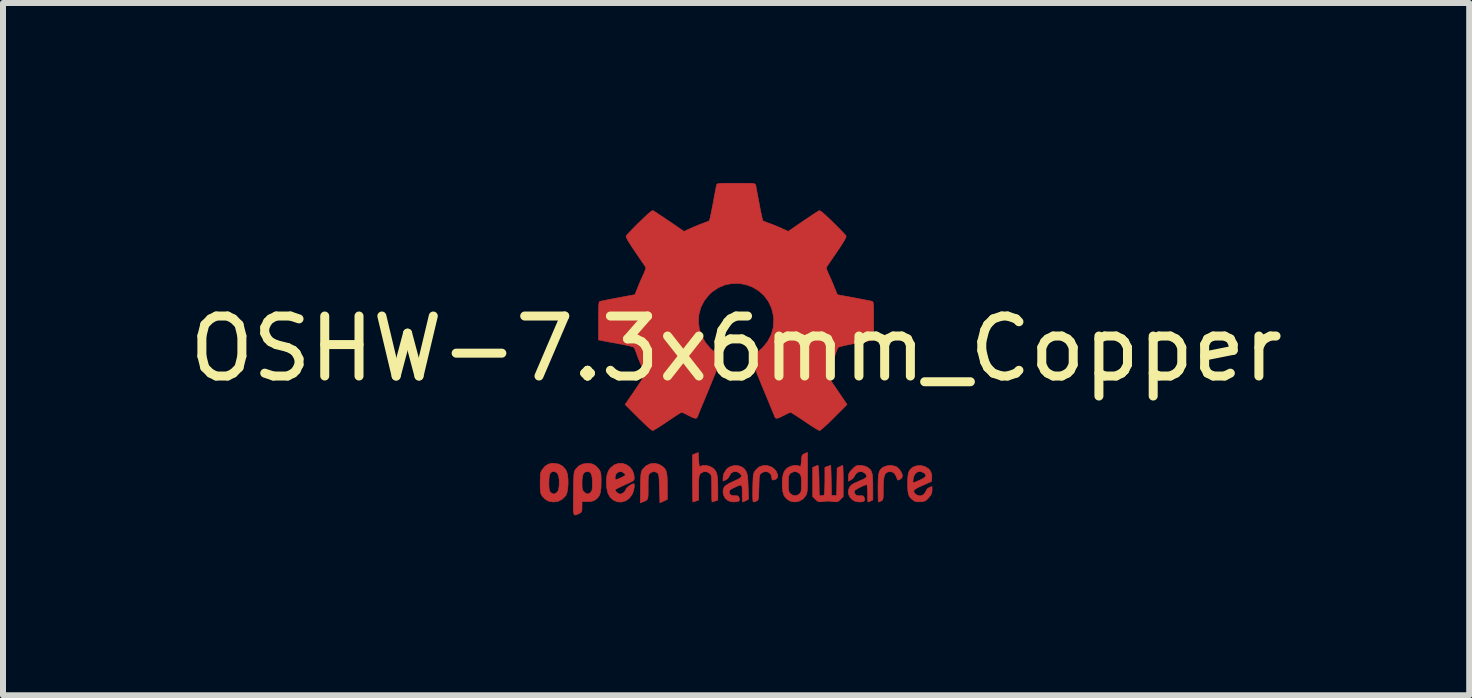
<source format=kicad_pcb>
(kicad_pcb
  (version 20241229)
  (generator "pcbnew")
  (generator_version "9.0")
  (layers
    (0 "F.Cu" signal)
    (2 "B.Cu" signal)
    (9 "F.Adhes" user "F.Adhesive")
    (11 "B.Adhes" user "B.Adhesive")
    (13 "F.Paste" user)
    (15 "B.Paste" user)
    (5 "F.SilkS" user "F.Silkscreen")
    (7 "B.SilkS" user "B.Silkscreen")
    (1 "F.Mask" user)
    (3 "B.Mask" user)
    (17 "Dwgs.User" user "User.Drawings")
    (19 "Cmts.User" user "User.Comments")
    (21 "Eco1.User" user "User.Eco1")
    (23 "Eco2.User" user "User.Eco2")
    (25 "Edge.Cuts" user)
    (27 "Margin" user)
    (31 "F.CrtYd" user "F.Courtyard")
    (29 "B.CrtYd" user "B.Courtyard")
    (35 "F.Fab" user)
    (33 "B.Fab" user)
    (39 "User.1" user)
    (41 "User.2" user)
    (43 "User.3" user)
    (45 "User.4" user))
  (footprint "OSHW-7.3x6mm_Copper"
    (layer "F.Cu")
    (at 9.22 2.763)
    (property "Reference" "OSHW-7.3x6mm_Copper" (at 0 0 0) (layer "F.SilkS") (effects (font (size 1 1) (thickness 0.15))))
    (attr exclude_from_pos_files exclude_from_bom)
    (fp_poly (pts (xy 2.653 1.959) (xy 2.67 1.966) (xy 2.711 1.999) (xy 2.747 2.047) (xy 2.769 2.097) (xy 2.772 2.122) (xy 2.76 2.157) (xy 2.734 2.175) (xy 2.706 2.187) (xy 2.693 2.189) (xy 2.687 2.174) (xy 2.674 2.141) (xy 2.669 2.127) (xy 2.639 2.076) (xy 2.595 2.05) (xy 2.538 2.051) (xy 2.534 2.052) (xy 2.504 2.067) (xy 2.481 2.094) (xy 2.466 2.139) (xy 2.457 2.205) (xy 2.453 2.294) (xy 2.453 2.341) (xy 2.453 2.416) (xy 2.452 2.467) (xy 2.448 2.499) (xy 2.442 2.518) (xy 2.432 2.529) (xy 2.417 2.537) (xy 2.416 2.538) (xy 2.387 2.55) (xy 2.372 2.555) (xy 2.37 2.541) (xy 2.368 2.503) (xy 2.367 2.446) (xy 2.366 2.374) (xy 2.366 2.322) (xy 2.367 2.22) (xy 2.37 2.143) (xy 2.377 2.086) (xy 2.389 2.045) (xy 2.407 2.014) (xy 2.432 1.99) (xy 2.457 1.973) (xy 2.517 1.951) (xy 2.587 1.946) (xy 2.653 1.959)) (stroke (width 0.01) (type solid)) (fill yes) (layer "F.Cu"))
    (fp_poly (pts (xy -1.284 1.928) (xy -1.237 1.955) (xy -1.205 1.981) (xy -1.181 2.009) (xy -1.165 2.044) (xy -1.155 2.089) (xy -1.149 2.151) (xy -1.147 2.234) (xy -1.147 2.293) (xy -1.147 2.512) (xy -1.208 2.54) (xy -1.27 2.568) (xy -1.277 2.328) (xy -1.28 2.238) (xy -1.283 2.173) (xy -1.287 2.128) (xy -1.293 2.099) (xy -1.3 2.081) (xy -1.31 2.07) (xy -1.313 2.067) (xy -1.36 2.048) (xy -1.408 2.056) (xy -1.437 2.076) (xy -1.449 2.09) (xy -1.457 2.108) (xy -1.462 2.136) (xy -1.465 2.179) (xy -1.466 2.242) (xy -1.466 2.307) (xy -1.466 2.389) (xy -1.467 2.447) (xy -1.472 2.486) (xy -1.482 2.512) (xy -1.499 2.528) (xy -1.525 2.541) (xy -1.56 2.554) (xy -1.598 2.569) (xy -1.594 2.311) (xy -1.592 2.219) (xy -1.59 2.15) (xy -1.587 2.101) (xy -1.582 2.066) (xy -1.575 2.042) (xy -1.566 2.022) (xy -1.554 2.005) (xy -1.499 1.95) (xy -1.431 1.918) (xy -1.357 1.91) (xy -1.284 1.928)) (stroke (width 0.01) (type solid)) (fill yes) (layer "F.Cu"))
    (fp_poly (pts (xy 0.53 1.95) (xy 0.596 1.974) (xy 0.649 2.017) (xy 0.67 2.047) (xy 0.693 2.103) (xy 0.692 2.143) (xy 0.669 2.17) (xy 0.66 2.175) (xy 0.622 2.189) (xy 0.602 2.185) (xy 0.595 2.161) (xy 0.595 2.148) (xy 0.583 2.099) (xy 0.551 2.065) (xy 0.508 2.048) (xy 0.459 2.053) (xy 0.419 2.074) (xy 0.405 2.087) (xy 0.396 2.101) (xy 0.389 2.124) (xy 0.385 2.159) (xy 0.383 2.212) (xy 0.381 2.288) (xy 0.38 2.312) (xy 0.378 2.394) (xy 0.376 2.451) (xy 0.372 2.49) (xy 0.367 2.513) (xy 0.359 2.526) (xy 0.347 2.535) (xy 0.339 2.538) (xy 0.307 2.55) (xy 0.288 2.555) (xy 0.282 2.541) (xy 0.278 2.5) (xy 0.277 2.431) (xy 0.278 2.334) (xy 0.278 2.319) (xy 0.28 2.23) (xy 0.283 2.165) (xy 0.286 2.119) (xy 0.292 2.087) (xy 0.3 2.064) (xy 0.311 2.044) (xy 0.317 2.035) (xy 0.35 1.998) (xy 0.388 1.969) (xy 0.392 1.966) (xy 0.459 1.946) (xy 0.53 1.95)) (stroke (width 0.01) (type solid)) (fill yes) (layer "F.Cu"))
    (fp_poly (pts (xy -0.624 1.851) (xy -0.62 1.911) (xy -0.615 1.946) (xy -0.608 1.961) (xy -0.598 1.961) (xy -0.595 1.959) (xy -0.552 1.946) (xy -0.497 1.947) (xy -0.44 1.96) (xy -0.405 1.978) (xy -0.369 2.006) (xy -0.342 2.038) (xy -0.324 2.078) (xy -0.313 2.132) (xy -0.307 2.204) (xy -0.305 2.299) (xy -0.305 2.317) (xy -0.305 2.523) (xy -0.351 2.539) (xy -0.383 2.549) (xy -0.401 2.554) (xy -0.401 2.555) (xy -0.403 2.541) (xy -0.405 2.503) (xy -0.406 2.446) (xy -0.406 2.375) (xy -0.406 2.332) (xy -0.407 2.247) (xy -0.408 2.186) (xy -0.41 2.144) (xy -0.415 2.117) (xy -0.422 2.098) (xy -0.433 2.085) (xy -0.44 2.078) (xy -0.487 2.051) (xy -0.538 2.049) (xy -0.584 2.072) (xy -0.593 2.08) (xy -0.605 2.095) (xy -0.614 2.114) (xy -0.619 2.14) (xy -0.622 2.18) (xy -0.624 2.238) (xy -0.624 2.318) (xy -0.624 2.523) (xy -0.67 2.539) (xy -0.702 2.549) (xy -0.72 2.554) (xy -0.721 2.555) (xy -0.722 2.541) (xy -0.723 2.501) (xy -0.724 2.441) (xy -0.725 2.362) (xy -0.726 2.269) (xy -0.726 2.167) (xy -0.726 1.769) (xy -0.679 1.749) (xy -0.631 1.73) (xy -0.624 1.851)) (stroke (width 0.01) (type solid)) (fill yes) (layer "F.Cu"))
    (fp_poly (pts (xy 1.78 1.959) (xy 1.782 1.997) (xy 1.784 2.055) (xy 1.785 2.128) (xy 1.785 2.205) (xy 1.785 2.465) (xy 1.739 2.511) (xy 1.708 2.539) (xy 1.68 2.551) (xy 1.642 2.55) (xy 1.627 2.548) (xy 1.58 2.543) (xy 1.541 2.54) (xy 1.531 2.54) (xy 1.499 2.541) (xy 1.453 2.546) (xy 1.436 2.548) (xy 1.392 2.552) (xy 1.363 2.544) (xy 1.334 2.521) (xy 1.323 2.511) (xy 1.277 2.465) (xy 1.277 1.979) (xy 1.314 1.962) (xy 1.346 1.949) (xy 1.365 1.945) (xy 1.369 1.959) (xy 1.374 1.997) (xy 1.378 2.056) (xy 1.381 2.132) (xy 1.382 2.195) (xy 1.386 2.446) (xy 1.421 2.451) (xy 1.452 2.447) (xy 1.468 2.436) (xy 1.472 2.415) (xy 1.476 2.371) (xy 1.478 2.309) (xy 1.48 2.235) (xy 1.48 2.197) (xy 1.48 1.977) (xy 1.526 1.961) (xy 1.559 1.95) (xy 1.576 1.945) (xy 1.577 1.945) (xy 1.578 1.959) (xy 1.58 1.997) (xy 1.582 2.054) (xy 1.584 2.127) (xy 1.585 2.195) (xy 1.589 2.446) (xy 1.676 2.446) (xy 1.68 2.217) (xy 1.684 1.989) (xy 1.727 1.967) (xy 1.758 1.952) (xy 1.777 1.945) (xy 1.777 1.945) (xy 1.78 1.959)) (stroke (width 0.01) (type solid)) (fill yes) (layer "F.Cu"))
    (fp_poly (pts (xy -2.959 1.922) (xy -2.891 1.958) (xy -2.841 2.015) (xy -2.823 2.052) (xy -2.809 2.108) (xy -2.802 2.178) (xy -2.801 2.255) (xy -2.807 2.33) (xy -2.818 2.394) (xy -2.834 2.441) (xy -2.839 2.449) (xy -2.9 2.509) (xy -2.971 2.545) (xy -3.049 2.555) (xy -3.127 2.539) (xy -3.149 2.529) (xy -3.192 2.499) (xy -3.229 2.459) (xy -3.233 2.454) (xy -3.247 2.43) (xy -3.257 2.404) (xy -3.262 2.37) (xy -3.265 2.321) (xy -3.266 2.251) (xy -3.266 2.235) (xy -3.266 2.23) (xy -3.121 2.23) (xy -3.12 2.296) (xy -3.116 2.34) (xy -3.109 2.369) (xy -3.098 2.388) (xy -3.092 2.395) (xy -3.057 2.42) (xy -3.023 2.419) (xy -2.989 2.397) (xy -2.969 2.374) (xy -2.957 2.34) (xy -2.95 2.288) (xy -2.949 2.281) (xy -2.948 2.186) (xy -2.96 2.114) (xy -2.985 2.068) (xy -3.023 2.048) (xy -3.037 2.047) (xy -3.073 2.052) (xy -3.097 2.072) (xy -3.112 2.109) (xy -3.119 2.168) (xy -3.121 2.23) (xy -3.266 2.23) (xy -3.265 2.16) (xy -3.263 2.108) (xy -3.258 2.072) (xy -3.249 2.045) (xy -3.236 2.022) (xy -3.233 2.017) (xy -3.184 1.958) (xy -3.13 1.924) (xy -3.064 1.91) (xy -3.042 1.91) (xy -2.959 1.922)) (stroke (width 0.01) (type solid)) (fill yes) (layer "F.Cu"))
    (fp_poly (pts (xy 3.154 1.967) (xy 3.211 2.004) (xy 3.239 2.038) (xy 3.261 2.099) (xy 3.262 2.147) (xy 3.258 2.212) (xy 3.11 2.277) (xy 3.037 2.31) (xy 2.99 2.337) (xy 2.966 2.36) (xy 2.961 2.383) (xy 2.975 2.407) (xy 2.99 2.424) (xy 3.034 2.45) (xy 3.081 2.452) (xy 3.125 2.432) (xy 3.157 2.391) (xy 3.163 2.376) (xy 3.191 2.331) (xy 3.222 2.312) (xy 3.266 2.296) (xy 3.266 2.358) (xy 3.262 2.4) (xy 3.247 2.436) (xy 3.215 2.477) (xy 3.211 2.482) (xy 3.176 2.519) (xy 3.145 2.538) (xy 3.108 2.547) (xy 3.076 2.55) (xy 3.02 2.551) (xy 2.981 2.542) (xy 2.956 2.528) (xy 2.917 2.497) (xy 2.89 2.465) (xy 2.873 2.423) (xy 2.863 2.368) (xy 2.86 2.291) (xy 2.859 2.253) (xy 2.86 2.206) (xy 2.948 2.206) (xy 2.949 2.231) (xy 2.952 2.235) (xy 2.968 2.23) (xy 3.004 2.215) (xy 3.052 2.194) (xy 3.062 2.19) (xy 3.123 2.159) (xy 3.157 2.132) (xy 3.164 2.106) (xy 3.146 2.08) (xy 3.132 2.069) (xy 3.079 2.046) (xy 3.03 2.05) (xy 2.989 2.078) (xy 2.961 2.127) (xy 2.952 2.166) (xy 2.948 2.206) (xy 2.86 2.206) (xy 2.861 2.162) (xy 2.868 2.095) (xy 2.882 2.047) (xy 2.904 2.011) (xy 2.937 1.983) (xy 2.951 1.973) (xy 3.015 1.95) (xy 3.085 1.948) (xy 3.154 1.967)) (stroke (width 0.01) (type solid)) (fill yes) (layer "F.Cu"))
    (fp_poly (pts (xy 1.19 2.065) (xy 1.19 2.174) (xy 1.189 2.257) (xy 1.188 2.32) (xy 1.185 2.365) (xy 1.181 2.397) (xy 1.175 2.421) (xy 1.167 2.439) (xy 1.161 2.449) (xy 1.112 2.506) (xy 1.049 2.541) (xy 0.98 2.554) (xy 0.911 2.542) (xy 0.869 2.522) (xy 0.826 2.485) (xy 0.796 2.441) (xy 0.779 2.383) (xy 0.77 2.306) (xy 0.769 2.25) (xy 0.769 2.246) (xy 0.871 2.246) (xy 0.871 2.311) (xy 0.874 2.354) (xy 0.881 2.382) (xy 0.893 2.402) (xy 0.906 2.417) (xy 0.953 2.447) (xy 1.004 2.449) (xy 1.051 2.425) (xy 1.055 2.421) (xy 1.071 2.404) (xy 1.081 2.383) (xy 1.086 2.352) (xy 1.088 2.305) (xy 1.089 2.252) (xy 1.088 2.185) (xy 1.085 2.141) (xy 1.078 2.112) (xy 1.066 2.091) (xy 1.057 2.08) (xy 1.013 2.052) (xy 0.962 2.049) (xy 0.914 2.07) (xy 0.904 2.078) (xy 0.889 2.096) (xy 0.879 2.117) (xy 0.873 2.148) (xy 0.871 2.196) (xy 0.871 2.246) (xy 0.769 2.246) (xy 0.773 2.159) (xy 0.785 2.09) (xy 0.807 2.039) (xy 0.842 1.998) (xy 0.869 1.978) (xy 0.919 1.956) (xy 0.976 1.945) (xy 1.03 1.948) (xy 1.06 1.959) (xy 1.071 1.962) (xy 1.079 1.951) (xy 1.084 1.919) (xy 1.089 1.871) (xy 1.093 1.817) (xy 1.099 1.784) (xy 1.111 1.766) (xy 1.131 1.754) (xy 1.143 1.748) (xy 1.19 1.729) (xy 1.19 2.065)) (stroke (width 0.01) (type solid)) (fill yes) (layer "F.Cu"))
    (fp_poly (pts (xy -1.832 1.931) (xy -1.774 1.97) (xy -1.73 2.025) (xy -1.704 2.096) (xy -1.698 2.148) (xy -1.699 2.17) (xy -1.704 2.187) (xy -1.718 2.201) (xy -1.745 2.218) (xy -1.79 2.239) (xy -1.857 2.269) (xy -1.858 2.27) (xy -1.92 2.298) (xy -1.97 2.323) (xy -2.005 2.342) (xy -2.017 2.353) (xy -2.017 2.353) (xy -2.006 2.376) (xy -1.98 2.402) (xy -1.949 2.42) (xy -1.934 2.424) (xy -1.891 2.411) (xy -1.855 2.379) (xy -1.837 2.345) (xy -1.82 2.319) (xy -1.787 2.29) (xy -1.748 2.264) (xy -1.713 2.25) (xy -1.706 2.25) (xy -1.698 2.262) (xy -1.697 2.294) (xy -1.703 2.337) (xy -1.715 2.383) (xy -1.73 2.423) (xy -1.731 2.424) (xy -1.777 2.489) (xy -1.837 2.533) (xy -1.906 2.555) (xy -1.976 2.552) (xy -2.044 2.524) (xy -2.047 2.522) (xy -2.101 2.473) (xy -2.136 2.41) (xy -2.155 2.327) (xy -2.158 2.304) (xy -2.162 2.194) (xy -2.157 2.143) (xy -2.017 2.143) (xy -2.016 2.175) (xy -2.006 2.184) (xy -1.981 2.177) (xy -1.942 2.161) (xy -1.899 2.14) (xy -1.898 2.139) (xy -1.861 2.12) (xy -1.846 2.107) (xy -1.85 2.093) (xy -1.865 2.076) (xy -1.904 2.05) (xy -1.946 2.048) (xy -1.984 2.067) (xy -2.01 2.103) (xy -2.017 2.143) (xy -2.157 2.143) (xy -2.153 2.106) (xy -2.128 2.036) (xy -2.095 1.987) (xy -2.033 1.938) (xy -1.966 1.913) (xy -1.897 1.912) (xy -1.832 1.931)) (stroke (width 0.01) (type solid)) (fill yes) (layer "F.Cu"))
    (fp_poly (pts (xy 0.04 1.951) (xy 0.097 1.972) (xy 0.097 1.972) (xy 0.132 1.998) (xy 0.158 2.029) (xy 0.177 2.068) (xy 0.189 2.121) (xy 0.196 2.194) (xy 0.2 2.289) (xy 0.201 2.303) (xy 0.206 2.509) (xy 0.162 2.532) (xy 0.13 2.547) (xy 0.11 2.554) (xy 0.11 2.555) (xy 0.106 2.541) (xy 0.104 2.505) (xy 0.102 2.451) (xy 0.102 2.408) (xy 0.102 2.339) (xy 0.098 2.295) (xy 0.087 2.274) (xy 0.064 2.273) (xy 0.022 2.289) (xy -0.04 2.318) (xy -0.086 2.342) (xy -0.109 2.363) (xy -0.116 2.386) (xy -0.116 2.387) (xy -0.105 2.426) (xy -0.071 2.447) (xy -0.019 2.451) (xy 0.018 2.45) (xy 0.038 2.461) (xy 0.05 2.487) (xy 0.057 2.519) (xy 0.047 2.538) (xy 0.043 2.541) (xy 0.007 2.551) (xy -0.043 2.553) (xy -0.095 2.546) (xy -0.132 2.533) (xy -0.183 2.49) (xy -0.212 2.429) (xy -0.218 2.382) (xy -0.213 2.34) (xy -0.198 2.305) (xy -0.166 2.275) (xy -0.115 2.244) (xy -0.041 2.209) (xy -0.036 2.207) (xy 0.031 2.176) (xy 0.072 2.151) (xy 0.09 2.128) (xy 0.086 2.105) (xy 0.063 2.078) (xy 0.056 2.072) (xy 0.009 2.048) (xy -0.04 2.049) (xy -0.082 2.072) (xy -0.111 2.116) (xy -0.113 2.124) (xy -0.139 2.165) (xy -0.171 2.185) (xy -0.218 2.205) (xy -0.218 2.154) (xy -0.204 2.08) (xy -0.161 2.012) (xy -0.139 1.99) (xy -0.089 1.961) (xy -0.026 1.947) (xy 0.04 1.951)) (stroke (width 0.01) (type solid)) (fill yes) (layer "F.Cu"))
    (fp_poly (pts (xy -2.4 1.92) (xy -2.345 1.948) (xy -2.296 1.998) (xy -2.282 2.017) (xy -2.268 2.042) (xy -2.258 2.069) (xy -2.253 2.105) (xy -2.25 2.156) (xy -2.25 2.224) (xy -2.252 2.318) (xy -2.261 2.388) (xy -2.277 2.44) (xy -2.303 2.48) (xy -2.34 2.513) (xy -2.342 2.515) (xy -2.379 2.535) (xy -2.422 2.545) (xy -2.478 2.547) (xy -2.569 2.547) (xy -2.569 2.635) (xy -2.57 2.684) (xy -2.575 2.713) (xy -2.588 2.73) (xy -2.614 2.745) (xy -2.62 2.748) (xy -2.649 2.762) (xy -2.672 2.77) (xy -2.688 2.771) (xy -2.7 2.761) (xy -2.707 2.737) (xy -2.712 2.696) (xy -2.713 2.636) (xy -2.713 2.553) (xy -2.712 2.445) (xy -2.711 2.413) (xy -2.71 2.302) (xy -2.709 2.229) (xy -2.569 2.229) (xy -2.568 2.29) (xy -2.565 2.331) (xy -2.557 2.358) (xy -2.543 2.378) (xy -2.533 2.388) (xy -2.495 2.418) (xy -2.46 2.42) (xy -2.425 2.396) (xy -2.424 2.395) (xy -2.409 2.376) (xy -2.401 2.351) (xy -2.396 2.312) (xy -2.395 2.252) (xy -2.395 2.238) (xy -2.398 2.156) (xy -2.409 2.099) (xy -2.429 2.064) (xy -2.458 2.048) (xy -2.476 2.047) (xy -2.516 2.054) (xy -2.544 2.078) (xy -2.561 2.123) (xy -2.568 2.191) (xy -2.569 2.229) (xy -2.709 2.229) (xy -2.708 2.215) (xy -2.706 2.15) (xy -2.704 2.103) (xy -2.7 2.069) (xy -2.694 2.045) (xy -2.687 2.028) (xy -2.677 2.012) (xy -2.673 2.006) (xy -2.619 1.951) (xy -2.55 1.92) (xy -2.47 1.911) (xy -2.4 1.92)) (stroke (width 0.01) (type solid)) (fill yes) (layer "F.Cu"))
    (fp_poly (pts (xy 2.145 1.956) (xy 2.187 1.975) (xy 2.219 1.998) (xy 2.244 2.024) (xy 2.26 2.057) (xy 2.271 2.103) (xy 2.276 2.165) (xy 2.279 2.249) (xy 2.279 2.305) (xy 2.279 2.521) (xy 2.242 2.538) (xy 2.213 2.55) (xy 2.198 2.555) (xy 2.195 2.541) (xy 2.193 2.505) (xy 2.192 2.452) (xy 2.192 2.409) (xy 2.19 2.348) (xy 2.187 2.3) (xy 2.182 2.271) (xy 2.178 2.264) (xy 2.153 2.271) (xy 2.112 2.287) (xy 2.066 2.309) (xy 2.021 2.333) (xy 1.986 2.355) (xy 1.97 2.37) (xy 1.97 2.37) (xy 1.971 2.397) (xy 1.984 2.423) (xy 2.006 2.444) (xy 2.038 2.451) (xy 2.065 2.451) (xy 2.104 2.45) (xy 2.124 2.459) (xy 2.136 2.483) (xy 2.138 2.488) (xy 2.143 2.522) (xy 2.129 2.543) (xy 2.092 2.552) (xy 2.052 2.554) (xy 1.981 2.541) (xy 1.943 2.521) (xy 1.898 2.476) (xy 1.873 2.42) (xy 1.871 2.361) (xy 1.892 2.306) (xy 1.923 2.271) (xy 1.953 2.252) (xy 2.002 2.228) (xy 2.058 2.203) (xy 2.068 2.199) (xy 2.13 2.172) (xy 2.166 2.148) (xy 2.177 2.124) (xy 2.167 2.097) (xy 2.148 2.076) (xy 2.104 2.05) (xy 2.056 2.048) (xy 2.012 2.068) (xy 1.981 2.108) (xy 1.977 2.118) (xy 1.952 2.156) (xy 1.917 2.184) (xy 1.872 2.207) (xy 1.872 2.141) (xy 1.875 2.102) (xy 1.886 2.07) (xy 1.911 2.036) (xy 1.935 2.01) (xy 1.972 1.974) (xy 2.001 1.954) (xy 2.033 1.946) (xy 2.068 1.945) (xy 2.145 1.956)) (stroke (width 0.01) (type solid)) (fill yes) (layer "F.Cu"))
    (fp_poly (pts (xy 0.104 -2.758) (xy 0.182 -2.757) (xy 0.239 -2.756) (xy 0.278 -2.754) (xy 0.303 -2.75) (xy 0.316 -2.744) (xy 0.323 -2.737) (xy 0.326 -2.726) (xy 0.327 -2.725) (xy 0.332 -2.701) (xy 0.341 -2.653) (xy 0.353 -2.587) (xy 0.368 -2.508) (xy 0.385 -2.42) (xy 0.385 -2.417) (xy 0.401 -2.331) (xy 0.417 -2.255) (xy 0.43 -2.194) (xy 0.44 -2.152) (xy 0.446 -2.133) (xy 0.447 -2.133) (xy 0.465 -2.124) (xy 0.502 -2.109) (xy 0.551 -2.091) (xy 0.552 -2.091) (xy 0.613 -2.068) (xy 0.686 -2.038) (xy 0.754 -2.008) (xy 0.757 -2.007) (xy 0.869 -1.956) (xy 1.115 -2.125) (xy 1.191 -2.176) (xy 1.26 -2.222) (xy 1.317 -2.26) (xy 1.359 -2.287) (xy 1.383 -2.301) (xy 1.385 -2.302) (xy 1.402 -2.298) (xy 1.434 -2.275) (xy 1.481 -2.235) (xy 1.546 -2.174) (xy 1.612 -2.11) (xy 1.676 -2.046) (xy 1.733 -1.989) (xy 1.78 -1.94) (xy 1.814 -1.904) (xy 1.83 -1.884) (xy 1.831 -1.883) (xy 1.833 -1.869) (xy 1.826 -1.847) (xy 1.809 -1.814) (xy 1.779 -1.765) (xy 1.737 -1.699) (xy 1.679 -1.614) (xy 1.629 -1.54) (xy 1.583 -1.473) (xy 1.546 -1.417) (xy 1.519 -1.378) (xy 1.506 -1.357) (xy 1.505 -1.356) (xy 1.507 -1.336) (xy 1.519 -1.298) (xy 1.54 -1.248) (xy 1.547 -1.232) (xy 1.58 -1.162) (xy 1.614 -1.082) (xy 1.642 -1.012) (xy 1.663 -0.961) (xy 1.679 -0.922) (xy 1.688 -0.901) (xy 1.689 -0.9) (xy 1.706 -0.897) (xy 1.746 -0.89) (xy 1.804 -0.879) (xy 1.875 -0.866) (xy 1.952 -0.852) (xy 2.032 -0.837) (xy 2.107 -0.822) (xy 2.174 -0.809) (xy 2.227 -0.799) (xy 2.26 -0.792) (xy 2.268 -0.79) (xy 2.276 -0.785) (xy 2.283 -0.774) (xy 2.287 -0.754) (xy 2.29 -0.72) (xy 2.292 -0.67) (xy 2.293 -0.599) (xy 2.293 -0.504) (xy 2.293 -0.465) (xy 2.293 -0.147) (xy 2.217 -0.132) (xy 2.175 -0.124) (xy 2.111 -0.112) (xy 2.035 -0.098) (xy 1.953 -0.083) (xy 1.93 -0.079) (xy 1.855 -0.064) (xy 1.789 -0.049) (xy 1.738 -0.037) (xy 1.709 -0.027) (xy 1.704 -0.024) (xy 1.691 -0.003) (xy 1.674 0.038) (xy 1.655 0.09) (xy 1.651 0.102) (xy 1.625 0.172) (xy 1.594 0.25) (xy 1.563 0.321) (xy 1.563 0.322) (xy 1.511 0.433) (xy 1.68 0.681) (xy 1.849 0.93) (xy 1.632 1.147) (xy 1.567 1.212) (xy 1.507 1.269) (xy 1.456 1.315) (xy 1.418 1.348) (xy 1.396 1.363) (xy 1.392 1.364) (xy 1.374 1.356) (xy 1.335 1.335) (xy 1.281 1.301) (xy 1.216 1.259) (xy 1.146 1.212) (xy 1.075 1.164) (xy 1.011 1.122) (xy 0.959 1.089) (xy 0.923 1.067) (xy 0.907 1.06) (xy 0.887 1.066) (xy 0.85 1.083) (xy 0.803 1.107) (xy 0.798 1.11) (xy 0.734 1.142) (xy 0.69 1.158) (xy 0.663 1.158) (xy 0.649 1.143) (xy 0.649 1.143) (xy 0.642 1.126) (xy 0.625 1.085) (xy 0.6 1.024) (xy 0.567 0.945) (xy 0.529 0.852) (xy 0.486 0.748) (xy 0.444 0.648) (xy 0.399 0.537) (xy 0.357 0.434) (xy 0.32 0.342) (xy 0.289 0.265) (xy 0.266 0.206) (xy 0.251 0.167) (xy 0.247 0.153) (xy 0.258 0.136) (xy 0.287 0.11) (xy 0.326 0.081) (xy 0.437 -0.011) (xy 0.523 -0.116) (xy 0.585 -0.233) (xy 0.62 -0.358) (xy 0.628 -0.49) (xy 0.622 -0.552) (xy 0.591 -0.678) (xy 0.538 -0.79) (xy 0.466 -0.886) (xy 0.378 -0.965) (xy 0.278 -1.026) (xy 0.168 -1.067) (xy 0.053 -1.089) (xy -0.065 -1.088) (xy -0.181 -1.066) (xy -0.294 -1.019) (xy -0.4 -0.948) (xy -0.444 -0.908) (xy -0.528 -0.805) (xy -0.587 -0.692) (xy -0.62 -0.573) (xy -0.629 -0.451) (xy -0.613 -0.329) (xy -0.573 -0.211) (xy -0.51 -0.1) (xy -0.423 0.002) (xy -0.326 0.081) (xy -0.286 0.111) (xy -0.257 0.137) (xy -0.247 0.153) (xy -0.252 0.17) (xy -0.267 0.21) (xy -0.291 0.272) (xy -0.323 0.35) (xy -0.36 0.443) (xy -0.403 0.546) (xy -0.444 0.648) (xy -0.49 0.759) (xy -0.533 0.862) (xy -0.571 0.953) (xy -0.603 1.03) (xy -0.627 1.09) (xy -0.643 1.129) (xy -0.649 1.143) (xy -0.663 1.158) (xy -0.69 1.158) (xy -0.734 1.142) (xy -0.797 1.11) (xy -0.798 1.11) (xy -0.845 1.085) (xy -0.884 1.067) (xy -0.906 1.06) (xy -0.907 1.06) (xy -0.923 1.067) (xy -0.96 1.089) (xy -1.012 1.122) (xy -1.075 1.164) (xy -1.146 1.212) (xy -1.218 1.26) (xy -1.283 1.302) (xy -1.336 1.335) (xy -1.374 1.357) (xy -1.392 1.364) (xy -1.409 1.354) (xy -1.443 1.327) (xy -1.49 1.284) (xy -1.547 1.231) (xy -1.612 1.168) (xy -1.633 1.147) (xy -1.85 0.93) (xy -1.684 0.687) (xy -1.634 0.613) (xy -1.59 0.546) (xy -1.555 0.491) (xy -1.53 0.451) (xy -1.519 0.43) (xy -1.519 0.429) (xy -1.525 0.409) (xy -1.54 0.37) (xy -1.562 0.317) (xy -1.578 0.282) (xy -1.607 0.215) (xy -1.635 0.147) (xy -1.656 0.09) (xy -1.662 0.073) (xy -1.679 0.026) (xy -1.695 -0.01) (xy -1.704 -0.024) (xy -1.723 -0.032) (xy -1.766 -0.044) (xy -1.826 -0.058) (xy -1.898 -0.073) (xy -1.93 -0.079) (xy -2.012 -0.094) (xy -2.091 -0.108) (xy -2.159 -0.121) (xy -2.208 -0.13) (xy -2.217 -0.132) (xy -2.293 -0.147) (xy -2.293 -0.465) (xy -2.293 -0.569) (xy -2.292 -0.648) (xy -2.291 -0.705) (xy -2.288 -0.744) (xy -2.284 -0.769) (xy -2.279 -0.782) (xy -2.271 -0.789) (xy -2.268 -0.79) (xy -2.249 -0.794) (xy -2.207 -0.802) (xy -2.148 -0.814) (xy -2.077 -0.828) (xy -1.999 -0.843) (xy -1.92 -0.858) (xy -1.845 -0.872) (xy -1.779 -0.884) (xy -1.727 -0.894) (xy -1.696 -0.899) (xy -1.689 -0.9) (xy -1.683 -0.912) (xy -1.669 -0.946) (xy -1.65 -0.994) (xy -1.642 -1.012) (xy -1.613 -1.085) (xy -1.578 -1.165) (xy -1.547 -1.232) (xy -1.525 -1.284) (xy -1.51 -1.326) (xy -1.504 -1.352) (xy -1.505 -1.356) (xy -1.516 -1.372) (xy -1.54 -1.409) (xy -1.576 -1.461) (xy -1.62 -1.526) (xy -1.67 -1.6) (xy -1.68 -1.614) (xy -1.738 -1.7) (xy -1.78 -1.766) (xy -1.809 -1.814) (xy -1.826 -1.847) (xy -1.833 -1.869) (xy -1.831 -1.883) (xy -1.831 -1.883) (xy -1.816 -1.901) (xy -1.785 -1.935) (xy -1.739 -1.983) (xy -1.683 -2.04) (xy -1.62 -2.103) (xy -1.612 -2.11) (xy -1.533 -2.187) (xy -1.471 -2.244) (xy -1.427 -2.281) (xy -1.398 -2.3) (xy -1.385 -2.302) (xy -1.367 -2.292) (xy -1.328 -2.267) (xy -1.274 -2.231) (xy -1.207 -2.187) (xy -1.133 -2.137) (xy -1.115 -2.125) (xy -0.869 -1.956) (xy -0.757 -2.007) (xy -0.69 -2.036) (xy -0.617 -2.066) (xy -0.554 -2.09) (xy -0.552 -2.091) (xy -0.503 -2.109) (xy -0.465 -2.124) (xy -0.447 -2.133) (xy -0.447 -2.133) (xy -0.441 -2.149) (xy -0.431 -2.19) (xy -0.418 -2.25) (xy -0.403 -2.325) (xy -0.386 -2.41) (xy -0.385 -2.417) (xy -0.369 -2.505) (xy -0.354 -2.585) (xy -0.341 -2.651) (xy -0.332 -2.7) (xy -0.327 -2.725) (xy -0.327 -2.725) (xy -0.323 -2.736) (xy -0.317 -2.744) (xy -0.305 -2.75) (xy -0.281 -2.753) (xy -0.244 -2.756) (xy -0.19 -2.757) (xy -0.114 -2.758) (xy -0.013 -2.758) (xy 0 -2.758) (xy 0.104 -2.758)) (stroke (width 0.01) (type solid)) (fill yes) (layer "F.Cu")))
  (gr_rect
    (start -3 -3)
    (end 21.44 8.539)
    (stroke (width 0.1) (type default))
    (fill no)
    (layer "Edge.Cuts")))
</source>
